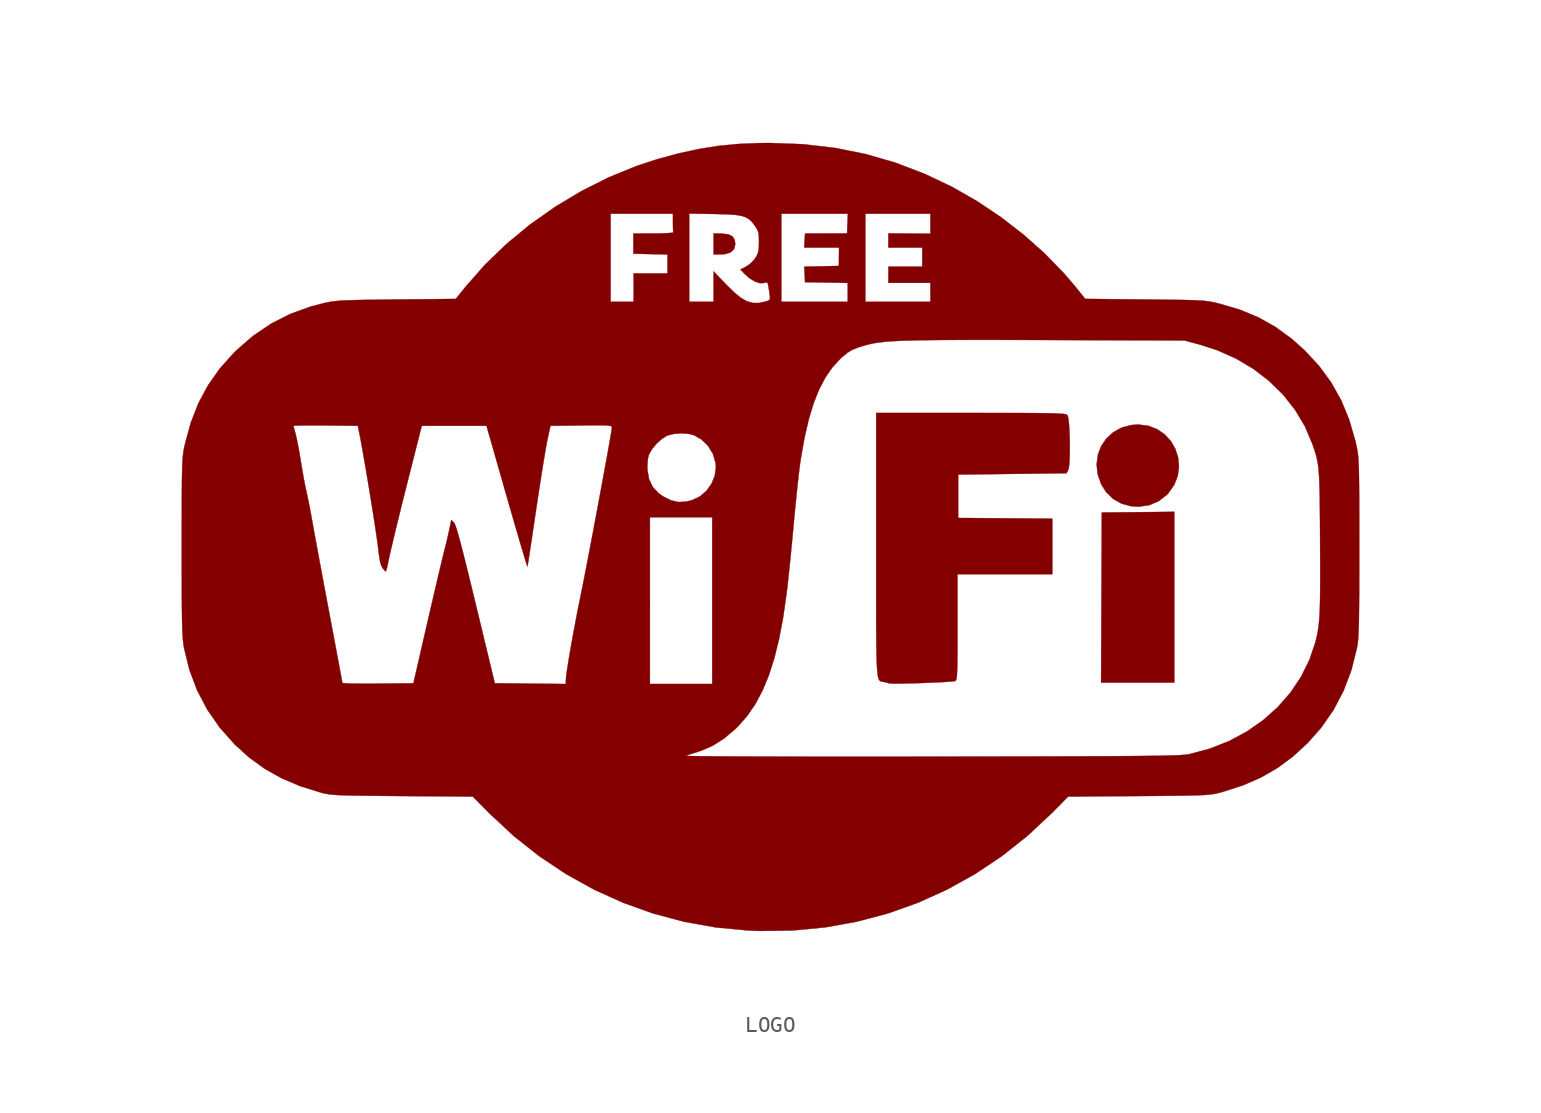
<source format=kicad_sym>
(kicad_symbol_lib
  (version 20220914)
  (generator "bitmap2component")
  (generator_version "8.0")
  (symbol "LOGO"
    (pin_names
      (offset 1.016))
    (property "Reference" "#G"
      (at 0 26.12 0)
      (effects (font (size 1.27 1.27)) hide))
    (symbol "LOGO_0_0"
      (polyline (pts (xy 1.395 -24.633) (xy 3.419 -24.439) (xy 5.402 -24.083) (xy 7.338 -23.569) (xy 9.22 -22.899) (xy 11.04 -22.076) (xy 12.793 -21.102) (xy 14.47 -19.98) (xy 16.067 -18.713) (xy 17.576 -17.302) (xy 18.599 -16.266) (xy 22.994 -16.235) (xy 23.741 -16.229) (xy 24.606 -16.222) (xy 25.329 -16.214) (xy 25.927 -16.206) (xy 26.415 -16.196) (xy 26.808 -16.183) (xy 27.123 -16.168) (xy 27.375 -16.149) (xy 27.581 -16.125) (xy 27.756 -16.097) (xy 27.915 -16.063) (xy 28.075 -16.022) (xy 28.247 -15.976) (xy 29.505 -15.572) (xy 30.64 -15.079) (xy 31.678 -14.481) (xy 32.646 -13.765) (xy 33.57 -12.915) (xy 34.399 -11.98) (xy 35.177 -10.862) (xy 35.811 -9.655) (xy 36.3 -8.363) (xy 36.642 -6.99) (xy 36.646 -6.971) (xy 36.675 -6.798) (xy 36.7 -6.608) (xy 36.721 -6.385) (xy 36.738 -6.117) (xy 36.752 -5.789) (xy 36.764 -5.388) (xy 36.772 -4.901) (xy 36.778 -4.312) (xy 36.783 -3.609) (xy 36.785 -2.778) (xy 36.786 -1.806) (xy 36.787 -0.677) (xy 36.786 0.119) (xy 36.786 1.115) (xy 36.784 1.966) (xy 36.782 2.684) (xy 36.777 3.286) (xy 36.771 3.784) (xy 36.762 4.193) (xy 36.75 4.527) (xy 36.735 4.799) (xy 36.716 5.024) (xy 36.694 5.215) (xy 36.666 5.388) (xy 36.633 5.555) (xy 36.596 5.731) (xy 36.541 5.97) (xy 36.158 7.291) (xy 35.659 8.499) (xy 35.033 9.613) (xy 34.272 10.65) (xy 33.365 11.627) (xy 32.594 12.318) (xy 31.575 13.064) (xy 30.491 13.674) (xy 29.315 14.162) (xy 28.025 14.541) (xy 27.977 14.553) (xy 27.765 14.602) (xy 27.567 14.644) (xy 27.365 14.677) (xy 27.141 14.704) (xy 26.876 14.726) (xy 26.551 14.743) (xy 26.15 14.756) (xy 25.652 14.767) (xy 25.04 14.776) (xy 24.295 14.785) (xy 23.4 14.794) (xy 19.664 14.832) (xy 19.04 15.607) (xy 18.353 16.414) (xy 17.148 17.656) (xy 15.819 18.84) (xy 14.391 19.945) (xy 12.891 20.948) (xy 11.345 21.83) (xy 9.652 22.636) (xy 7.819 23.338) (xy 5.947 23.88) (xy 4.027 24.265) (xy 2.048 24.495) (xy 0 24.572) (xy -0.69 24.566) (xy -2.015 24.511) (xy -3.26 24.39) (xy -4.482 24.197) (xy -5.733 23.924) (xy -7.07 23.562) (xy -8.374 23.134) (xy -10.112 22.424) (xy -11.811 21.57) (xy -13.452 20.585) (xy -15.015 19.484) (xy -16.48 18.278) (xy -17.394 17.399) (xy -9.991 17.399) (xy -9.991 20.151) (xy -8.043 20.151) (xy -6.096 20.151) (xy -6.096 19.6) (xy -6.093 19.328) (xy -6.086 19.098) (xy -6.075 18.986) (xy -6.09 18.975) (xy -6.235 18.954) (xy -6.505 18.937) (xy -6.874 18.924) (xy -7.311 18.919) (xy -8.569 18.915) (xy -8.569 18.284) (xy -8.569 17.653) (xy -7.502 17.629) (xy -6.435 17.606) (xy -6.435 17.015) (xy -6.435 16.425) (xy -7.493 16.425) (xy -8.551 16.425) (xy -8.551 15.536) (xy -8.551 14.647) (xy -5.08 14.647) (xy -5.08 17.404) (xy -5.08 20.161) (xy -3.493 20.135) (xy -3.16 20.128) (xy -2.581 20.108) (xy -2.134 20.072) (xy -1.792 20.013) (xy -1.531 19.923) (xy -1.325 19.795) (xy -1.147 19.622) (xy -0.974 19.395) (xy -0.945 19.354) (xy -0.824 19.158) (xy -0.756 18.969) (xy -0.726 18.73) (xy -0.72 18.38) (xy -0.727 18.028) (xy -0.759 17.779) (xy -0.83 17.581) (xy -0.937 17.399) (xy 0.677 17.399) (xy 0.677 20.151) (xy 2.755 20.151) (xy 4.833 20.151) (xy 4.809 19.537) (xy 4.784 18.923) (xy 3.471 18.92) (xy 2.159 18.916) (xy 2.133 18.475) (xy 2.108 18.034) (xy 3.195 18.034) (xy 4.282 18.034) (xy 4.277 17.462) (xy 4.277 17.399) (xy 5.927 17.399) (xy 5.927 20.151) (xy 7.959 20.151) (xy 9.991 20.151) (xy 9.991 19.528) (xy 9.991 18.906) (xy 8.678 18.914) (xy 7.366 18.923) (xy 7.366 18.479) (xy 7.366 18.034) (xy 8.424 18.034) (xy 9.483 18.034) (xy 9.483 17.441) (xy 9.483 16.849) (xy 8.424 16.849) (xy 7.366 16.849) (xy 7.366 16.341) (xy 7.366 15.833) (xy 8.678 15.833) (xy 9.991 15.833) (xy 9.991 15.24) (xy 9.991 14.647) (xy 7.959 14.647) (xy 5.927 14.647) (xy 5.927 17.399) (xy 4.277 17.399) (xy 4.273 16.891) (xy 3.191 16.867) (xy 2.108 16.843) (xy 2.134 16.359) (xy 2.159 15.875) (xy 3.493 15.852) (xy 4.826 15.828) (xy 4.826 15.238) (xy 4.826 14.647) (xy 2.752 14.647) (xy 0.677 14.647) (xy 0.677 17.399) (xy -0.937 17.399) (xy -0.953 17.373) (xy -1.004 17.302) (xy -1.256 17.038) (xy -1.534 16.843) (xy -1.883 16.666) (xy -1.601 16.375) (xy -1.317 16.125) (xy -0.975 15.916) (xy -0.655 15.811) (xy -0.395 15.827) (xy -0.36 15.84) (xy -0.232 15.867) (xy -0.168 15.798) (xy -0.126 15.597) (xy -0.069 15.238) (xy -0.035 14.984) (xy -0.037 14.833) (xy -0.081 14.751) (xy -0.175 14.705) (xy -0.326 14.661) (xy -0.338 14.658) (xy -0.745 14.572) (xy -1.119 14.579) (xy -1.484 14.687) (xy -1.865 14.908) (xy -2.285 15.253) (xy -2.77 15.731) (xy -3.555 16.552) (xy -3.556 15.6) (xy -3.556 14.647) (xy -4.318 14.647) (xy -5.08 14.647) (xy -8.551 14.647) (xy -9.271 14.647) (xy -9.991 14.647) (xy -9.991 17.399) (xy -17.394 17.399) (xy -17.828 16.981) (xy -19.04 15.606) (xy -19.665 14.83) (xy -23.358 14.794) (xy -23.722 14.79) (xy -24.563 14.781) (xy -25.26 14.771) (xy -25.832 14.76) (xy -26.297 14.747) (xy -26.673 14.731) (xy -26.98 14.711) (xy -27.235 14.686) (xy -27.457 14.656) (xy -27.665 14.618) (xy -27.876 14.574) (xy -28.719 14.356) (xy -30.003 13.892) (xy -31.199 13.286) (xy -32.317 12.532) (xy -33.365 11.625) (xy -33.524 11.469) (xy -34.407 10.483) (xy -35.146 9.433) (xy -35.752 8.303) (xy -36.231 7.074) (xy -36.28 6.894) (xy -29.803 6.894) (xy -29.767 6.903) (xy -29.588 6.915) (xy -29.277 6.923) (xy -28.86 6.927) (xy -28.358 6.927) (xy -27.795 6.923) (xy -25.788 6.9) (xy -25.682 6.392) (xy -25.679 6.379) (xy -25.604 5.995) (xy -25.511 5.485) (xy -25.403 4.874) (xy -25.285 4.189) (xy -25.162 3.458) (xy -25.038 2.707) (xy -24.917 1.962) (xy -24.804 1.25) (xy -24.703 0.598) (xy -24.619 0.033) (xy -24.555 -0.419) (xy -24.516 -0.73) (xy -24.468 -1.14) (xy -24.404 -1.536) (xy -24.332 -1.807) (xy -24.248 -1.976) (xy -24.241 -1.986) (xy -24.117 -2.136) (xy -24.04 -2.199) (xy -24.023 -2.174) (xy -23.975 -2.02) (xy -23.913 -1.756) (xy -23.844 -1.418) (xy -23.812 -1.264) (xy -23.734 -0.917) (xy -23.623 -0.441) (xy -23.484 0.143) (xy -23.321 0.813) (xy -23.14 1.549) (xy -22.946 2.329) (xy -22.744 3.133) (xy -21.791 6.9) (xy -19.767 6.9) (xy -17.744 6.9) (xy -16.476 2.462) (xy -16.333 1.964) (xy -16.102 1.163) (xy -15.888 0.424) (xy -15.695 -0.238) (xy -15.526 -0.809) (xy -15.386 -1.275) (xy -15.28 -1.622) (xy -15.211 -1.834) (xy -15.184 -1.899) (xy -15.179 -1.873) (xy -15.152 -1.704) (xy -15.103 -1.393) (xy -15.037 -0.959) (xy -14.956 -0.42) (xy -14.862 0.207) (xy -14.758 0.903) (xy -14.647 1.651) (xy -14.616 1.858) (xy -14.498 2.643) (xy -14.38 3.404) (xy -14.268 4.117) (xy -14.163 4.759) (xy -14.072 5.304) (xy -13.997 5.729) (xy -13.942 6.011) (xy -13.75 6.9) (xy -11.828 6.923) (xy -11.396 6.928) (xy -10.879 6.932) (xy -10.497 6.93) (xy -10.23 6.922) (xy -10.058 6.906) (xy -9.96 6.88) (xy -9.917 6.844) (xy -9.907 6.796) (xy -9.915 6.723) (xy -9.952 6.491) (xy -10.015 6.121) (xy -10.101 5.633) (xy -10.206 5.042) (xy -10.318 4.426) (xy -7.695 4.426) (xy -7.67 4.779) (xy -7.618 5.044) (xy -7.602 5.089) (xy -7.416 5.422) (xy -7.134 5.767) (xy -6.804 6.069) (xy -6.477 6.276) (xy -6.42 6.3) (xy -6.036 6.396) (xy -5.585 6.431) (xy -5.142 6.403) (xy -4.781 6.312) (xy -4.332 6.059) (xy -3.903 5.65) (xy -3.595 5.141) (xy -3.428 4.559) (xy -3.409 4.326) (xy -3.478 3.791) (xy -3.684 3.282) (xy -4.006 2.834) (xy -4.424 2.479) (xy -4.916 2.25) (xy -5.272 2.164) (xy -5.752 2.136) (xy -6.209 2.24) (xy -6.697 2.481) (xy -6.971 2.67) (xy -7.351 3.073) (xy -7.588 3.563) (xy -7.691 4.152) (xy -7.695 4.426) (xy -10.318 4.426) (xy -10.329 4.367) (xy -10.465 3.626) (xy -10.611 2.835) (xy -10.764 2.011) (xy -10.92 1.173) (xy -11.077 0.338) (xy -11.232 -0.477) (xy -11.38 -1.254) (xy -11.519 -1.977) (xy -11.646 -2.627) (xy -11.757 -3.187) (xy -11.848 -3.64) (xy -11.867 -3.729) (xy -11.926 -4.022) (xy -7.535 -4.022) (xy -7.535 1.185) (xy -5.588 1.185) (xy -3.641 1.185) (xy -3.641 -4.022) (xy -3.641 -9.229) (xy -5.588 -9.229) (xy -7.535 -9.229) (xy -7.535 -4.022) (xy -11.926 -4.022) (xy -12.019 -4.482) (xy -12.167 -5.244) (xy -12.308 -5.992) (xy -12.438 -6.706) (xy -12.552 -7.362) (xy -12.648 -7.94) (xy -12.722 -8.417) (xy -12.768 -8.772) (xy -12.785 -8.983) (xy -12.785 -9.232) (xy -15.005 -9.209) (xy -17.226 -9.186) (xy -18.416 -4.254) (xy -18.58 -3.574) (xy -18.823 -2.577) (xy -19.033 -1.729) (xy -19.211 -1.021) (xy -19.361 -0.443) (xy -19.485 0.016) (xy -19.586 0.365) (xy -19.666 0.613) (xy -19.729 0.771) (xy -19.776 0.849) (xy -19.947 1.019) (xy -20.054 0.488) (xy -20.082 0.353) (xy -20.167 -0.022) (xy -20.271 -0.459) (xy -20.379 -0.889) (xy -20.415 -1.03) (xy -20.5 -1.382) (xy -20.616 -1.864) (xy -20.755 -2.454) (xy -20.914 -3.131) (xy -21.087 -3.872) (xy -21.269 -4.656) (xy -21.455 -5.461) (xy -22.312 -9.186) (xy -24.533 -9.209) (xy -25.099 -9.212) (xy -25.636 -9.211) (xy -26.092 -9.205) (xy -26.445 -9.195) (xy -26.674 -9.181) (xy -26.755 -9.164) (xy -26.755 -9.162) (xy -26.773 -9.051) (xy -26.82 -8.793) (xy -26.892 -8.402) (xy -26.986 -7.895) (xy -27.099 -7.288) (xy -27.229 -6.599) (xy -27.371 -5.842) (xy -27.524 -5.035) (xy -27.647 -4.384) (xy -27.814 -3.497) (xy -27.977 -2.623) (xy -28.133 -1.785) (xy -28.277 -1.011) (xy -28.403 -0.325) (xy -28.508 0.246) (xy -28.585 0.676) (xy -28.585 0.677) (xy -28.683 1.22) (xy -28.78 1.74) (xy -28.87 2.198) (xy -28.945 2.561) (xy -28.997 2.793) (xy -29.022 2.897) (xy -29.087 3.212) (xy -29.167 3.631) (xy -29.252 4.113) (xy -29.335 4.614) (xy -29.376 4.865) (xy -29.461 5.357) (xy -29.545 5.806) (xy -29.62 6.169) (xy -29.677 6.405) (xy -29.725 6.577) (xy -29.781 6.789) (xy -29.803 6.894) (xy -36.28 6.894) (xy -36.595 5.731) (xy -36.622 5.609) (xy -36.656 5.44) (xy -36.685 5.27) (xy -36.709 5.085) (xy -36.729 4.871) (xy -36.745 4.614) (xy -36.758 4.3) (xy -36.767 3.915) (xy -36.775 3.444) (xy -36.78 2.874) (xy -36.783 2.191) (xy -36.785 1.381) (xy -36.786 0.43) (xy -36.786 -0.677) (xy -36.786 -1.112) (xy -36.786 -2.177) (xy -36.784 -3.091) (xy -36.781 -3.869) (xy -36.777 -4.525) (xy -36.77 -5.071) (xy -36.761 -5.524) (xy -36.749 -5.895) (xy -36.734 -6.199) (xy -36.715 -6.45) (xy -36.693 -6.662) (xy -36.667 -6.849) (xy -36.636 -7.024) (xy -36.312 -8.34) (xy -35.83 -9.622) (xy -35.2 -10.825) (xy -34.418 -11.95) (xy -33.486 -12.999) (xy -32.694 -13.719) (xy -5.292 -13.719) (xy -5.283 -13.715) (xy -5.109 -13.652) (xy -4.833 -13.561) (xy -4.511 -13.46) (xy -4.294 -13.388) (xy -3.571 -13.069) (xy -2.879 -12.624) (xy -2.186 -12.035) (xy -2.022 -11.875) (xy -1.452 -11.225) (xy -0.945 -10.485) (xy -0.497 -9.645) (xy -0.103 -8.693) (xy 0.241 -7.62) (xy 0.538 -6.413) (xy 0.793 -5.062) (xy 1.009 -3.556) (xy 1.026 -3.416) (xy 1.083 -2.923) (xy 1.149 -2.308) (xy 1.222 -1.606) (xy 1.297 -0.851) (xy 1.371 -0.079) (xy 1.441 0.677) (xy 1.47 0.997) (xy 1.541 1.739) (xy 1.614 2.467) (xy 1.686 3.152) (xy 1.753 3.761) (xy 1.813 4.263) (xy 1.862 4.628) (xy 1.895 4.844) (xy 2.124 6.145) (xy 2.388 7.292) (xy 2.691 8.297) (xy 3.037 9.169) (xy 3.431 9.92) (xy 3.877 10.561) (xy 4.379 11.103) (xy 4.516 11.229) (xy 4.815 11.47) (xy 5.111 11.648) (xy 5.462 11.791) (xy 5.923 11.931) (xy 6.088 11.975) (xy 6.305 12.026) (xy 6.539 12.071) (xy 6.799 12.11) (xy 7.095 12.144) (xy 7.439 12.174) (xy 7.839 12.198) (xy 8.307 12.219) (xy 8.852 12.235) (xy 9.486 12.248) (xy 10.216 12.258) (xy 11.056 12.264) (xy 12.013 12.268) (xy 13.099 12.269) (xy 14.323 12.268) (xy 15.697 12.265) (xy 17.23 12.26) (xy 25.866 12.232) (xy 26.864 11.963) (xy 27.917 11.623) (xy 29.091 11.1) (xy 30.177 10.454) (xy 31.161 9.697) (xy 32.034 8.839) (xy 32.782 7.889) (xy 33.396 6.859) (xy 33.863 5.757) (xy 33.957 5.48) (xy 34.039 5.226) (xy 34.108 4.984) (xy 34.164 4.738) (xy 34.21 4.472) (xy 34.246 4.169) (xy 34.274 3.812) (xy 34.295 3.385) (xy 34.311 2.871) (xy 34.322 2.254) (xy 34.33 1.518) (xy 34.336 0.645) (xy 34.342 -0.381) (xy 34.347 -1.416) (xy 34.349 -2.338) (xy 34.347 -3.123) (xy 34.341 -3.786) (xy 34.33 -4.345) (xy 34.312 -4.814) (xy 34.287 -5.212) (xy 34.254 -5.553) (xy 34.213 -5.854) (xy 34.162 -6.131) (xy 34.102 -6.401) (xy 34.03 -6.679) (xy 33.676 -7.718) (xy 33.149 -8.784) (xy 32.483 -9.776) (xy 31.689 -10.682) (xy 30.779 -11.495) (xy 29.762 -12.204) (xy 28.649 -12.8) (xy 27.453 -13.272) (xy 26.183 -13.613) (xy 26.115 -13.625) (xy 26.005 -13.641) (xy 25.866 -13.655) (xy 25.692 -13.669) (xy 25.473 -13.681) (xy 25.204 -13.692) (xy 24.877 -13.701) (xy 24.484 -13.71) (xy 24.018 -13.718) (xy 23.472 -13.726) (xy 22.837 -13.732) (xy 22.108 -13.738) (xy 21.276 -13.743) (xy 20.333 -13.747) (xy 19.274 -13.751) (xy 18.089 -13.755) (xy 16.772 -13.758) (xy 15.315 -13.762) (xy 13.711 -13.764) (xy 11.953 -13.767) (xy 10.033 -13.77) (xy 9.113 -13.771) (xy 7.493 -13.773) (xy 5.934 -13.773) (xy 4.443 -13.773) (xy 3.028 -13.772) (xy 1.697 -13.771) (xy 0.458 -13.768) (xy -0.682 -13.765) (xy -1.715 -13.761) (xy -2.633 -13.757) (xy -3.428 -13.752) (xy -4.093 -13.746) (xy -4.62 -13.74) (xy -5 -13.734) (xy -5.227 -13.726) (xy -5.292 -13.719) (xy -32.694 -13.719) (xy -32.584 -13.818) (xy -31.601 -14.532) (xy -30.538 -15.128) (xy -29.37 -15.621) (xy -28.075 -16.022) (xy -27.956 -16.053) (xy -27.798 -16.088) (xy -27.628 -16.118) (xy -27.432 -16.143) (xy -27.194 -16.163) (xy -26.896 -16.18) (xy -26.525 -16.193) (xy -26.063 -16.203) (xy -25.495 -16.212) (xy -24.805 -16.22) (xy -23.978 -16.227) (xy -22.997 -16.235) (xy -18.605 -16.266) (xy -17.53 -17.349) (xy -16.044 -18.732) (xy -14.452 -19.992) (xy -12.775 -21.109) (xy -11.023 -22.081) (xy -9.202 -22.904) (xy -7.322 -23.575) (xy -5.388 -24.089) (xy -3.411 -24.443) (xy -1.397 -24.634) (xy -0.664 -24.663) (xy 1.395 -24.633)) (stroke (width 0.01) (type default)) (fill (type outline)))
      (polyline (pts (xy 8.34 -9.202) (xy 8.814 -9.191) (xy 9.326 -9.176) (xy 9.846 -9.157) (xy 10.345 -9.136) (xy 10.793 -9.113) (xy 11.161 -9.089) (xy 11.418 -9.067) (xy 11.536 -9.046) (xy 11.573 -9.017) (xy 11.603 -8.962) (xy 11.628 -8.865) (xy 11.647 -8.71) (xy 11.661 -8.481) (xy 11.671 -8.162) (xy 11.678 -7.737) (xy 11.682 -7.191) (xy 11.684 -6.507) (xy 11.684 -5.67) (xy 11.684 -2.371) (xy 14.647 -2.371) (xy 17.611 -2.371) (xy 17.611 -0.636) (xy 17.611 1.099) (xy 14.668 1.121) (xy 11.726 1.143) (xy 11.726 2.498) (xy 11.726 3.852) (xy 15.111 3.895) (xy 18.495 3.937) (xy 18.605 4.149) (xy 18.64 4.275) (xy 18.672 4.551) (xy 18.692 4.928) (xy 18.702 5.373) (xy 18.7 5.851) (xy 18.689 6.329) (xy 18.668 6.774) (xy 18.638 7.15) (xy 18.599 7.425) (xy 18.553 7.565) (xy 18.55 7.569) (xy 18.513 7.595) (xy 18.449 7.618) (xy 18.345 7.638) (xy 18.189 7.654) (xy 17.969 7.668) (xy 17.675 7.679) (xy 17.294 7.687) (xy 16.813 7.694) (xy 16.223 7.698) (xy 15.51 7.702) (xy 14.663 7.703) (xy 13.671 7.704) (xy 12.52 7.705) (xy 6.604 7.705) (xy 6.604 -0.544) (xy 6.604 -1.244) (xy 6.604 -2.55) (xy 6.604 -3.701) (xy 6.604 -4.707) (xy 6.606 -5.578) (xy 6.611 -6.324) (xy 6.617 -6.955) (xy 6.627 -7.48) (xy 6.64 -7.91) (xy 6.657 -8.254) (xy 6.68 -8.521) (xy 6.707 -8.723) (xy 6.741 -8.868) (xy 6.78 -8.967) (xy 6.827 -9.029) (xy 6.882 -9.065) (xy 6.945 -9.083) (xy 7.016 -9.095) (xy 7.097 -9.109) (xy 7.267 -9.15) (xy 7.408 -9.191) (xy 7.44 -9.197) (xy 7.623 -9.206) (xy 7.933 -9.207) (xy 8.34 -9.202)) (stroke (width 0.01) (type default)) (fill (type outline)))
      (polyline (pts (xy 25.231 -3.809) (xy 25.231 1.527) (xy 22.966 1.504) (xy 20.701 1.482) (xy 20.679 -3.831) (xy 20.657 -9.144) (xy 22.944 -9.144) (xy 25.231 -9.144) (xy 25.231 -3.809)) (stroke (width 0.01) (type default)) (fill (type outline)))
      (polyline (pts (xy 23.664 1.94) (xy 24.251 2.188) (xy 24.762 2.585) (xy 24.881 2.711) (xy 25.236 3.225) (xy 25.448 3.778) (xy 25.523 4.346) (xy 25.472 4.91) (xy 25.303 5.447) (xy 25.024 5.936) (xy 24.644 6.355) (xy 24.172 6.683) (xy 23.617 6.899) (xy 22.987 6.979) (xy 22.549 6.95) (xy 21.942 6.788) (xy 21.418 6.5) (xy 20.987 6.107) (xy 20.662 5.628) (xy 20.454 5.082) (xy 20.378 4.489) (xy 20.444 3.87) (xy 20.665 3.243) (xy 20.958 2.774) (xy 21.405 2.337) (xy 21.946 2.03) (xy 22.56 1.87) (xy 23.017 1.846) (xy 23.664 1.94)) (stroke (width 0.01) (type default)) (fill (type outline)))
      (polyline (pts (xy -2.829 17.63) (xy -2.484 17.74) (xy -2.273 17.946) (xy -2.201 18.242) (xy -2.236 18.519) (xy -2.374 18.736) (xy -2.631 18.861) (xy -3.028 18.908) (xy -3.556 18.923) (xy -3.556 18.267) (xy -3.556 17.611) (xy -3.102 17.611) (xy -2.829 17.63)) (stroke (width 0.01) (type default)) (fill (type outline))))))
</source>
